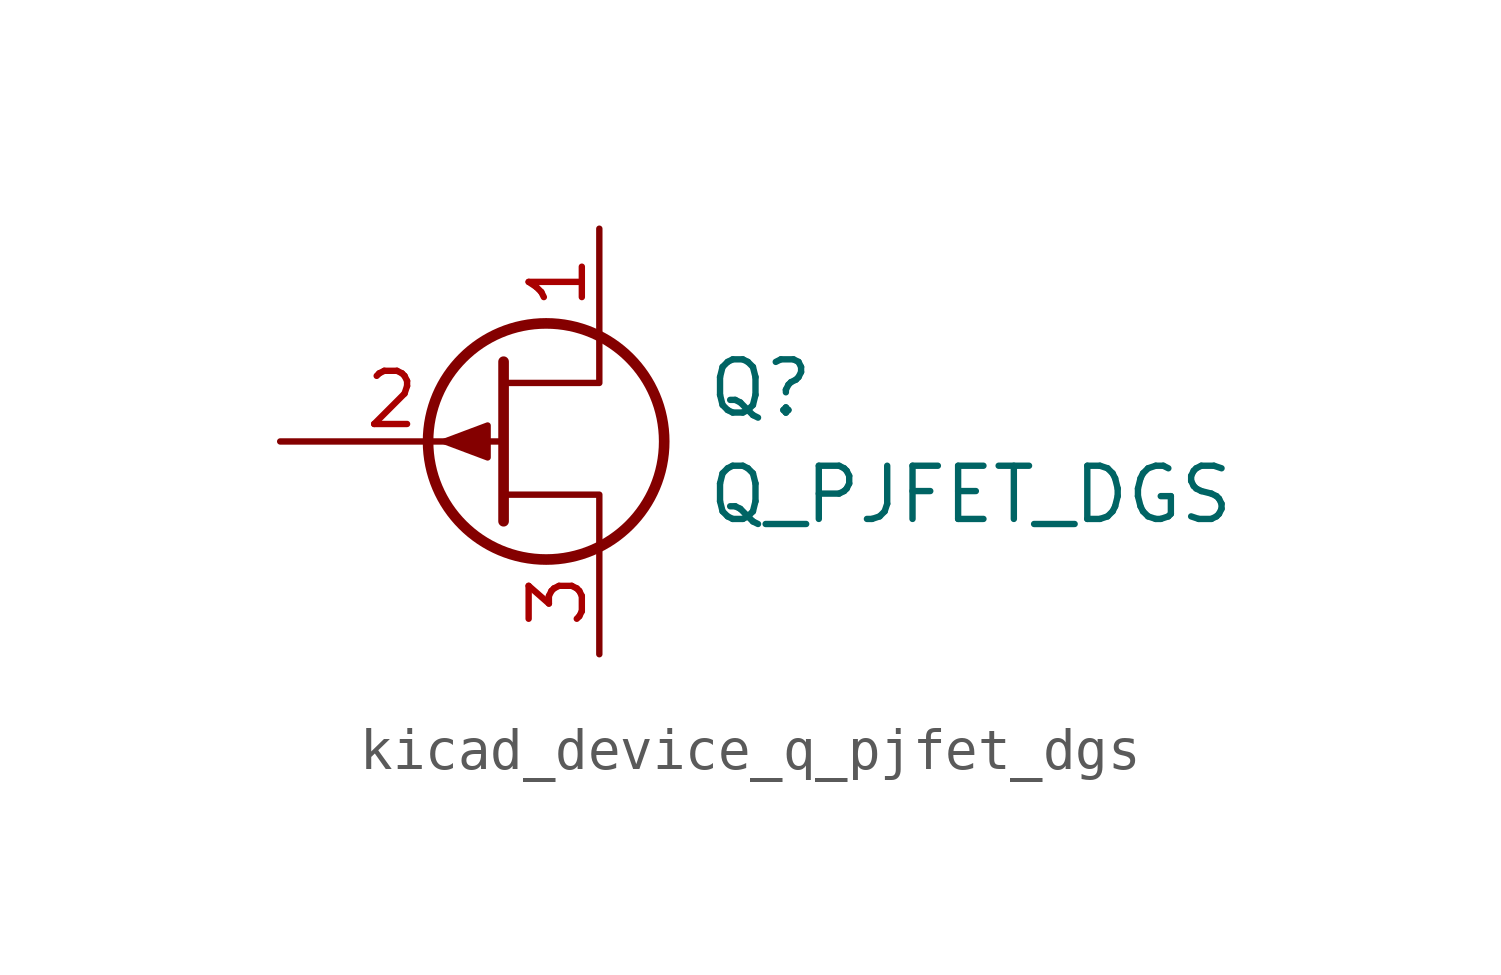
<source format=kicad_sym>
(kicad_symbol_lib
  (version 20220914)
  (generator kicad_symbol_editor)
  (symbol "kicad_device_q_pjfet_dgs"
    (pin_names
      (offset 0) hide)
    (property "Reference" "Q"
      (at 5.08 1.27 0)
      (effects (font (size 1.27 1.27)) (justify left)))
    (property "Value" "Q_PJFET_DGS"
      (at 5.08 -1.27 0)
      (effects (font (size 1.27 1.27)) (justify left)))
    (symbol "kicad_device_q_pjfet_dgs_0_1"
      (polyline (pts (xy 0.254 1.905) (xy 0.254 -1.905) (xy 0.254 -1.905)) (stroke (width 0.254) (type default)) (fill (type none)))
      (polyline (pts (xy 2.54 -2.54) (xy 2.54 -1.27) (xy 0.254 -1.27)) (stroke (width 0) (type default)) (fill (type none)))
      (polyline (pts (xy 2.54 2.54) (xy 2.54 1.397) (xy 0.254 1.397)) (stroke (width 0) (type default)) (fill (type none)))
      (polyline (pts (xy -1.143 0) (xy -0.127 0.381) (xy -0.127 -0.381) (xy -1.143 0)) (stroke (width 0) (type default)) (fill (type outline)))
      (circle (center 1.27 0) (radius 2.819) (stroke (width 0.254) (type default)) (fill (type none))))
    (symbol "kicad_device_q_pjfet_dgs_1_1"
      (pin passive line (at 2.54 5.08 270) (length 2.54) (name "D" (effects (font (size 1.27 1.27)))) (number "1" (effects (font (size 1.27 1.27)))))
      (pin input line (at -5.08 0 0) (length 5.334) (name "G" (effects (font (size 1.27 1.27)))) (number "2" (effects (font (size 1.27 1.27)))))
      (pin passive line (at 2.54 -5.08 90) (length 2.54) (name "S" (effects (font (size 1.27 1.27)))) (number "3" (effects (font (size 1.27 1.27))))))))
</source>
